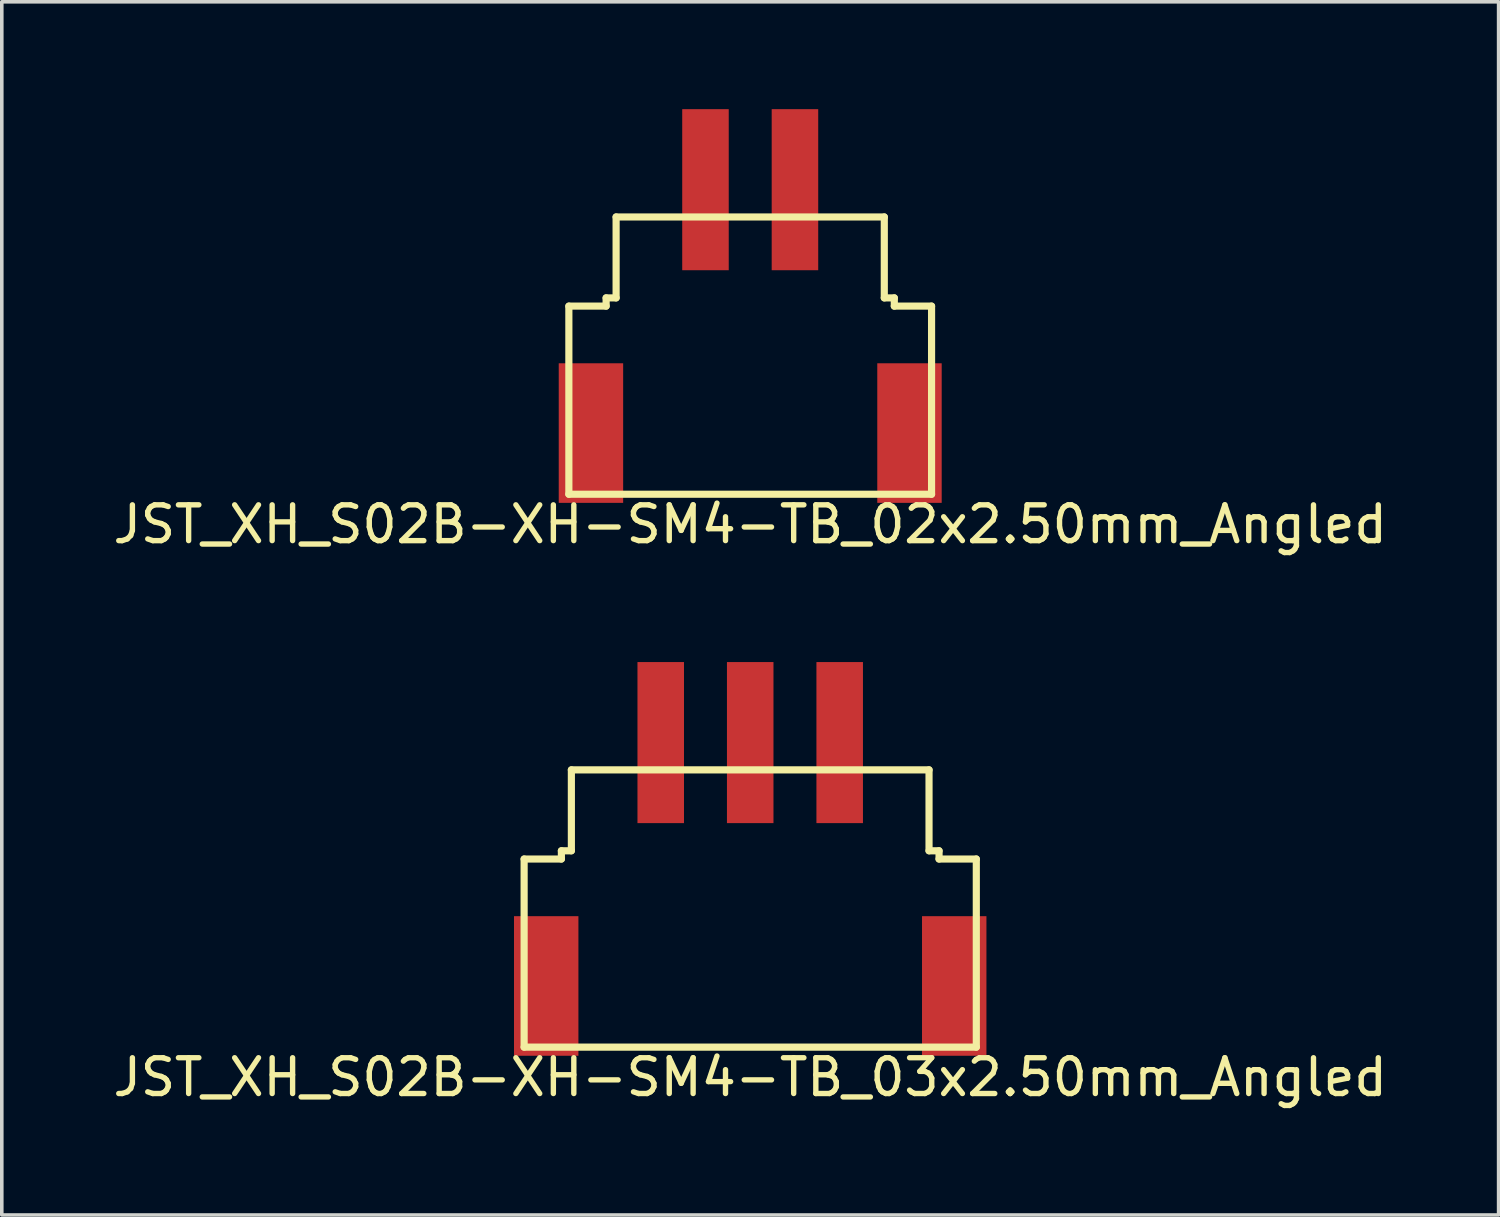
<source format=kicad_pcb>
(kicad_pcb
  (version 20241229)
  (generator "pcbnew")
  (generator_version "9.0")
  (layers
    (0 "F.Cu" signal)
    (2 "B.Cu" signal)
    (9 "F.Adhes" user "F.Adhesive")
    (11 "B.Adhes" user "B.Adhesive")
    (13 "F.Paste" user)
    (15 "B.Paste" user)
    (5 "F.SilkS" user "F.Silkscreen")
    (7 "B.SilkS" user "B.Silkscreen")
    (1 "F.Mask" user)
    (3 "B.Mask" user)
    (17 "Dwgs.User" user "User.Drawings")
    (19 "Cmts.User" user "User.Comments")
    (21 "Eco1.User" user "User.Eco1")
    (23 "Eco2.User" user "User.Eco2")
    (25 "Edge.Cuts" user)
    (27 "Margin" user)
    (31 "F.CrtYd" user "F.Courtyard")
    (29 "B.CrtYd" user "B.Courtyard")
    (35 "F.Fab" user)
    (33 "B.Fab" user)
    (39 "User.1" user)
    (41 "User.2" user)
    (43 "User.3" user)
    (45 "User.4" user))
  (footprint "JST_XH_S02B-XH-SM4-TB_03x2.50mm_Angled"
    (layer "F.Cu")
    (at 17.911 26.248)
    (property "Reference" "JST_XH_S02B-XH-SM4-TB_03x2.50mm_Angled" (at 0 0.8 0) (layer "F.SilkS") (effects (font (size 1 1) (thickness 0.15))))
    (attr through_hole)
    (fp_line (start -6.317 -5.297) (end -6.317 -0.041) (stroke (width 0.2) (type solid)) (layer "F.SilkS"))
    (fp_line (start -6.317 -5.297) (end -5.276 -5.297) (stroke (width 0.2) (type solid)) (layer "F.SilkS"))
    (fp_line (start -5.276 -5.527) (end -4.997 -5.527) (stroke (width 0.2) (type solid)) (layer "F.SilkS"))
    (fp_line (start -5.276 -5.297) (end -5.276 -5.527) (stroke (width 0.2) (type solid)) (layer "F.SilkS"))
    (fp_line (start -4.997 -7.788) (end 4.997 -7.788) (stroke (width 0.2) (type solid)) (layer "F.SilkS"))
    (fp_line (start -4.997 -5.527) (end -4.997 -7.788) (stroke (width 0.2) (type solid)) (layer "F.SilkS"))
    (fp_line (start 4.996 -7.788) (end 4.996 -5.527) (stroke (width 0.2) (type solid)) (layer "F.SilkS"))
    (fp_line (start 4.996 -5.527) (end 5.276 -5.527) (stroke (width 0.2) (type solid)) (layer "F.SilkS"))
    (fp_line (start 5.276 -5.527) (end 5.276 -5.297) (stroke (width 0.2) (type solid)) (layer "F.SilkS"))
    (fp_line (start 6.317 -5.297) (end 5.276 -5.297) (stroke (width 0.2) (type solid)) (layer "F.SilkS"))
    (fp_line (start 6.317 -0.041) (end -6.317 -0.041) (stroke (width 0.2) (type solid)) (layer "F.SilkS"))
    (fp_line (start 6.317 -0.041) (end 6.317 -5.297) (stroke (width 0.2) (type solid)) (layer "F.SilkS"))
    (pad "1" smd rect (at -2.5 -8.55) (size 1.3 4.5) (layers "F.Cu" "F.Mask" "F.Paste"))
    (pad "2" smd rect (at 0 -8.55) (size 1.3 4.5) (layers "F.Cu" "F.Mask" "F.Paste"))
    (pad "3" smd rect (at 2.5 -8.55) (size 1.3 4.5) (layers "F.Cu" "F.Mask" "F.Paste"))
    (pad "4" smd rect (at -5.7 -1.75) (size 1.8 3.9) (layers "F.Cu" "F.Mask" "F.Paste"))
    (pad "4" smd rect (at 5.7 -1.75) (size 1.8 3.9) (layers "F.Cu" "F.Mask" "F.Paste")))
  (footprint "JST_XH_S02B-XH-SM4-TB_02x2.50mm_Angled"
    (layer "F.Cu")
    (at 17.911 10.8)
    (property "Reference" "JST_XH_S02B-XH-SM4-TB_02x2.50mm_Angled" (at 0 0.8 0) (layer "F.SilkS") (effects (font (size 1 1) (thickness 0.15))))
    (attr through_hole)
    (fp_line (start -5.067 -5.297) (end -5.067 -0.041) (stroke (width 0.2) (type solid)) (layer "F.SilkS"))
    (fp_line (start -5.067 -5.297) (end -4.026 -5.297) (stroke (width 0.2) (type solid)) (layer "F.SilkS"))
    (fp_line (start -4.026 -5.527) (end -3.747 -5.527) (stroke (width 0.2) (type solid)) (layer "F.SilkS"))
    (fp_line (start -4.026 -5.297) (end -4.026 -5.527) (stroke (width 0.2) (type solid)) (layer "F.SilkS"))
    (fp_line (start -3.747 -7.788) (end 3.746 -7.788) (stroke (width 0.2) (type solid)) (layer "F.SilkS"))
    (fp_line (start -3.747 -5.527) (end -3.747 -7.788) (stroke (width 0.2) (type solid)) (layer "F.SilkS"))
    (fp_line (start 3.746 -7.788) (end 3.746 -5.527) (stroke (width 0.2) (type solid)) (layer "F.SilkS"))
    (fp_line (start 3.746 -5.527) (end 4.026 -5.527) (stroke (width 0.2) (type solid)) (layer "F.SilkS"))
    (fp_line (start 4.026 -5.527) (end 4.026 -5.297) (stroke (width 0.2) (type solid)) (layer "F.SilkS"))
    (fp_line (start 5.067 -5.297) (end 4.026 -5.297) (stroke (width 0.2) (type solid)) (layer "F.SilkS"))
    (fp_line (start 5.067 -0.041) (end -5.067 -0.041) (stroke (width 0.2) (type solid)) (layer "F.SilkS"))
    (fp_line (start 5.067 -0.041) (end 5.067 -5.297) (stroke (width 0.2) (type solid)) (layer "F.SilkS"))
    (pad "1" smd rect (at -1.25 -8.55) (size 1.3 4.5) (layers "F.Cu" "F.Mask" "F.Paste"))
    (pad "2" smd rect (at 1.25 -8.55) (size 1.3 4.5) (layers "F.Cu" "F.Mask" "F.Paste"))
    (pad "3" smd rect (at -4.45 -1.75) (size 1.8 3.9) (layers "F.Cu" "F.Mask" "F.Paste"))
    (pad "3" smd rect (at 4.45 -1.75) (size 1.8 3.9) (layers "F.Cu" "F.Mask" "F.Paste")))
  (gr_rect
    (start -3 -3)
    (end 38.821 30.896)
    (stroke (width 0.1) (type default))
    (fill no)
    (layer "Edge.Cuts")))
</source>
